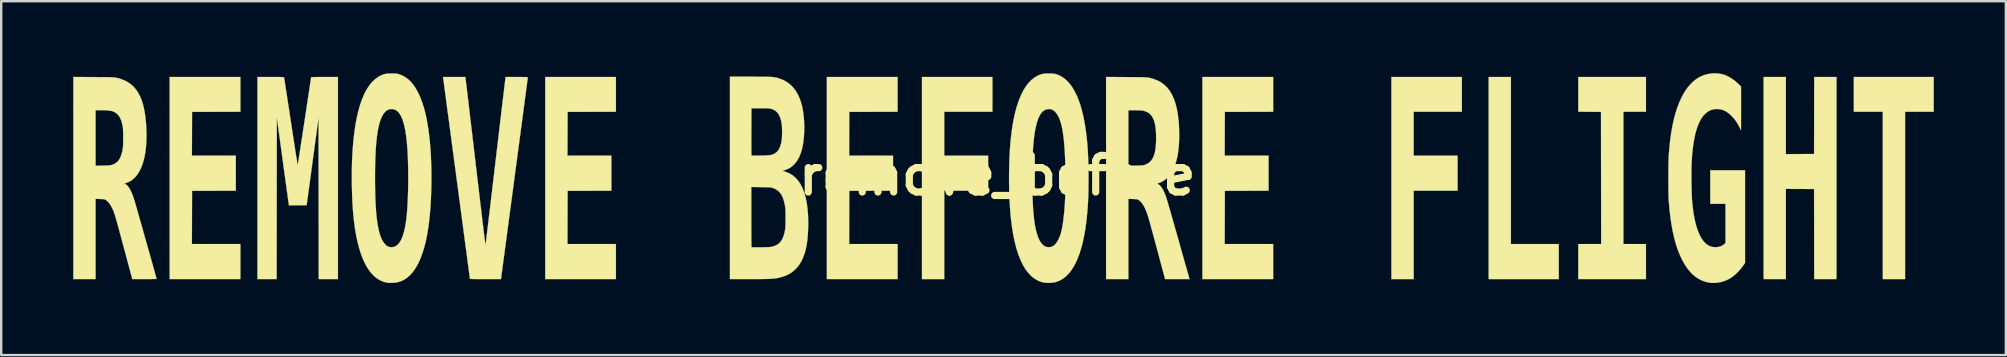
<source format=kicad_pcb>
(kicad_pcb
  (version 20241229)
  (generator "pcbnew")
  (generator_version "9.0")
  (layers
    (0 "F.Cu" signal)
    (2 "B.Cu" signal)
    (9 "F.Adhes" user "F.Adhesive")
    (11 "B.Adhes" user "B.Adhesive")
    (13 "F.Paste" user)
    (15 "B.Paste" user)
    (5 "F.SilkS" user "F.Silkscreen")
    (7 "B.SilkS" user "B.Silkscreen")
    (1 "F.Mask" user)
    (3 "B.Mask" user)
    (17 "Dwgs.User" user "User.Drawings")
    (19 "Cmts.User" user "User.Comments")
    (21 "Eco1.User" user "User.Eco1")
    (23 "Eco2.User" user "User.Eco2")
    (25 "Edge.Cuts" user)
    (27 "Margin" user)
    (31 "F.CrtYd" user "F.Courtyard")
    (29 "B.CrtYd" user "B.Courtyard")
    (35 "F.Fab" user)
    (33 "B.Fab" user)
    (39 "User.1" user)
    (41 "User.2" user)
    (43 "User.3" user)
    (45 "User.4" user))
  (footprint "remove_before"
    (layer "F.Cu")
    (at 38.499 4.26)
    (property "Reference" "remove_before" (at 0 0 0) (layer "F.SilkS") (effects (font (size 1.524 1.524) (thickness 0.3))))
    (attr through_hole)
    (fp_poly (pts (xy 21.399 2.857) (xy 23.393 2.857) (xy 23.393 4.318) (xy 20.472 4.318) (xy 20.472 -4.102) (xy 21.399 -4.102) (xy 21.399 2.857)) (stroke (width 0.01) (type solid)) (fill yes) (layer "F.SilkS"))
    (fp_poly (pts (xy 39.014 -2.654) (xy 37.821 -2.654) (xy 37.821 4.318) (xy 36.894 4.318) (xy 36.894 -2.654) (xy 35.687 -2.654) (xy 35.687 -4.102) (xy 39.014 -4.102) (xy 39.014 -2.654)) (stroke (width 0.01) (type solid)) (fill yes) (layer "F.SilkS"))
    (fp_poly (pts (xy -0.203 -2.654) (xy -2.21 -2.654) (xy -2.21 -0.826) (xy -0.381 -0.826) (xy -0.381 0.635) (xy -2.21 0.635) (xy -2.21 4.318) (xy -3.137 4.318) (xy -3.137 -4.102) (xy -0.203 -4.102) (xy -0.203 -2.654)) (stroke (width 0.01) (type solid)) (fill yes) (layer "F.SilkS"))
    (fp_poly (pts (xy 19.355 -2.654) (xy 17.348 -2.654) (xy 17.348 -0.826) (xy 19.177 -0.826) (xy 19.177 0.635) (xy 17.348 0.635) (xy 17.348 4.318) (xy 16.421 4.318) (xy 16.421 -4.102) (xy 19.355 -4.102) (xy 19.355 -2.654)) (stroke (width 0.01) (type solid)) (fill yes) (layer "F.SilkS"))
    (fp_poly (pts (xy 27.026 -2.654) (xy 26.086 -2.654) (xy 26.086 2.857) (xy 27.026 2.857) (xy 27.026 4.318) (xy 24.206 4.318) (xy 24.206 2.857) (xy 25.159 2.857) (xy 25.156 0.105) (xy 25.152 -2.648) (xy 24.206 -2.655) (xy 24.206 -4.102) (xy 27.026 -4.102) (xy 27.026 -2.654)) (stroke (width 0.01) (type solid)) (fill yes) (layer "F.SilkS"))
    (fp_poly (pts (xy -31.534 -2.654) (xy -32.541 -2.651) (xy -33.547 -2.648) (xy -33.55 -1.737) (xy -33.554 -0.826) (xy -31.725 -0.826) (xy -31.725 0.635) (xy -32.636 0.638) (xy -33.547 0.641) (xy -33.554 2.857) (xy -31.534 2.857) (xy -31.534 4.318) (xy -34.48 4.318) (xy -34.48 -4.102) (xy -31.534 -4.102) (xy -31.534 -2.654)) (stroke (width 0.01) (type solid)) (fill yes) (layer "F.SilkS"))
    (fp_poly (pts (xy -15.888 -2.654) (xy -16.894 -2.651) (xy -17.901 -2.648) (xy -17.904 -1.737) (xy -17.907 -0.826) (xy -16.078 -0.826) (xy -16.078 0.635) (xy -16.989 0.638) (xy -17.901 0.641) (xy -17.907 2.857) (xy -15.888 2.857) (xy -15.888 4.318) (xy -18.834 4.318) (xy -18.834 -4.102) (xy -15.888 -4.102) (xy -15.888 -2.654)) (stroke (width 0.01) (type solid)) (fill yes) (layer "F.SilkS"))
    (fp_poly (pts (xy -4.153 -2.654) (xy -5.159 -2.651) (xy -6.166 -2.648) (xy -6.169 -1.737) (xy -6.172 -0.826) (xy -4.343 -0.826) (xy -4.343 0.635) (xy -5.255 0.638) (xy -6.166 0.641) (xy -6.172 2.857) (xy -4.153 2.857) (xy -4.153 4.318) (xy -7.099 4.318) (xy -7.099 -4.102) (xy -4.153 -4.102) (xy -4.153 -2.654)) (stroke (width 0.01) (type solid)) (fill yes) (layer "F.SilkS"))
    (fp_poly (pts (xy 11.493 -2.654) (xy 10.487 -2.651) (xy 9.481 -2.648) (xy 9.477 -1.737) (xy 9.474 -0.826) (xy 11.303 -0.826) (xy 11.303 0.635) (xy 10.392 0.638) (xy 9.481 0.641) (xy 9.474 2.857) (xy 11.493 2.857) (xy 11.493 4.318) (xy 8.547 4.318) (xy 8.547 -4.102) (xy 11.493 -4.102) (xy 11.493 -2.654)) (stroke (width 0.01) (type solid)) (fill yes) (layer "F.SilkS"))
    (fp_poly (pts (xy 34.963 -4.102) (xy 34.963 4.318) (xy 34.036 4.318) (xy 34.033 2.442) (xy 34.03 0.565) (xy 32.855 0.559) (xy 32.855 4.318) (xy 31.928 4.318) (xy 31.928 -4.102) (xy 32.855 -4.102) (xy 32.855 -0.889) (xy 33.442 -0.892) (xy 34.03 -0.895) (xy 34.033 -2.499) (xy 34.036 -4.102) (xy 34.5 -4.102) (xy 34.963 -4.102)) (stroke (width 0.01) (type solid)) (fill yes) (layer "F.SilkS"))
    (fp_poly (pts (xy -30.138 -4.102) (xy -30.028 -4.102) (xy -29.939 -4.101) (xy -29.869 -4.101) (xy -29.815 -4.099) (xy -29.776 -4.097) (xy -29.748 -4.095) (xy -29.73 -4.092) (xy -29.72 -4.088) (xy -29.715 -4.083) (xy -29.713 -4.08) (xy -29.711 -4.065) (xy -29.705 -4.026) (xy -29.695 -3.965) (xy -29.682 -3.884) (xy -29.667 -3.782) (xy -29.648 -3.663) (xy -29.627 -3.527) (xy -29.604 -3.376) (xy -29.579 -3.212) (xy -29.552 -3.035) (xy -29.523 -2.847) (xy -29.493 -2.649) (xy -29.462 -2.444) (xy -29.43 -2.239) (xy -29.398 -2.027) (xy -29.367 -1.823) (xy -29.337 -1.627) (xy -29.308 -1.441) (xy -29.281 -1.266) (xy -29.256 -1.104) (xy -29.233 -0.956) (xy -29.212 -0.823) (xy -29.193 -0.708) (xy -29.177 -0.61) (xy -29.164 -0.532) (xy -29.155 -0.475) (xy -29.148 -0.44) (xy -29.146 -0.429) (xy -29.143 -0.442) (xy -29.137 -0.478) (xy -29.128 -0.537) (xy -29.115 -0.615) (xy -29.1 -0.711) (xy -29.083 -0.824) (xy -29.063 -0.952) (xy -29.041 -1.094) (xy -29.018 -1.246) (xy -28.993 -1.409) (xy -28.966 -1.579) (xy -28.939 -1.756) (xy -28.912 -1.938) (xy -28.883 -2.122) (xy -28.855 -2.308) (xy -28.827 -2.494) (xy -28.799 -2.677) (xy -28.772 -2.856) (xy -28.745 -3.03) (xy -28.72 -3.197) (xy -28.696 -3.355) (xy -28.674 -3.502) (xy -28.654 -3.636) (xy -28.636 -3.757) (xy -28.62 -3.862) (xy -28.607 -3.949) (xy -28.597 -4.017) (xy -28.591 -4.065) (xy -28.588 -4.089) (xy -28.587 -4.093) (xy -28.575 -4.095) (xy -28.54 -4.096) (xy -28.485 -4.098) (xy -28.412 -4.099) (xy -28.324 -4.101) (xy -28.223 -4.102) (xy -28.112 -4.102) (xy -28.029 -4.102) (xy -27.47 -4.102) (xy -27.47 4.318) (xy -28.27 4.318) (xy -28.273 0.951) (xy -28.277 -2.415) (xy -28.525 -0.589) (xy -28.773 1.238) (xy -29.511 1.245) (xy -29.518 1.204) (xy -29.52 1.186) (xy -29.526 1.145) (xy -29.535 1.082) (xy -29.546 0.998) (xy -29.561 0.895) (xy -29.577 0.773) (xy -29.596 0.636) (xy -29.617 0.483) (xy -29.64 0.317) (xy -29.665 0.138) (xy -29.691 -0.05) (xy -29.718 -0.248) (xy -29.746 -0.454) (xy -29.77 -0.63) (xy -30.016 -2.421) (xy -30.02 0.948) (xy -30.023 4.318) (xy -30.823 4.318) (xy -30.823 -4.102) (xy -30.271 -4.102) (xy -30.138 -4.102)) (stroke (width 0.01) (type solid)) (fill yes) (layer "F.SilkS"))
    (fp_poly (pts (xy 30.107 -4.239) (xy 30.264 -4.202) (xy 30.29 -4.193) (xy 30.442 -4.128) (xy 30.595 -4.04) (xy 30.745 -3.93) (xy 30.871 -3.818) (xy 30.988 -3.705) (xy 30.987 -1.886) (xy 30.914 -2.027) (xy 30.854 -2.136) (xy 30.8 -2.227) (xy 30.744 -2.307) (xy 30.685 -2.381) (xy 30.616 -2.456) (xy 30.583 -2.49) (xy 30.477 -2.586) (xy 30.375 -2.66) (xy 30.273 -2.713) (xy 30.166 -2.747) (xy 30.051 -2.765) (xy 29.966 -2.768) (xy 29.836 -2.756) (xy 29.715 -2.72) (xy 29.601 -2.66) (xy 29.496 -2.576) (xy 29.4 -2.469) (xy 29.312 -2.339) (xy 29.233 -2.186) (xy 29.163 -2.009) (xy 29.102 -1.81) (xy 29.049 -1.588) (xy 29.007 -1.351) (xy 28.984 -1.183) (xy 28.964 -1.015) (xy 28.948 -0.843) (xy 28.936 -0.664) (xy 28.927 -0.474) (xy 28.922 -0.27) (xy 28.92 -0.049) (xy 28.921 0.193) (xy 28.922 0.298) (xy 28.924 0.476) (xy 28.928 0.632) (xy 28.932 0.771) (xy 28.938 0.896) (xy 28.944 1.011) (xy 28.953 1.12) (xy 28.963 1.227) (xy 28.976 1.336) (xy 28.991 1.451) (xy 28.995 1.478) (xy 29.035 1.731) (xy 29.084 1.962) (xy 29.141 2.169) (xy 29.206 2.354) (xy 29.279 2.516) (xy 29.36 2.654) (xy 29.448 2.768) (xy 29.544 2.86) (xy 29.648 2.927) (xy 29.759 2.97) (xy 29.827 2.984) (xy 29.942 2.99) (xy 30.052 2.977) (xy 30.154 2.946) (xy 30.243 2.898) (xy 30.287 2.861) (xy 30.34 2.811) (xy 30.34 1.181) (xy 29.705 1.181) (xy 29.705 -0.216) (xy 31.153 -0.216) (xy 31.153 3.646) (xy 31.101 3.722) (xy 31.009 3.847) (xy 30.904 3.969) (xy 30.791 4.083) (xy 30.677 4.184) (xy 30.583 4.254) (xy 30.435 4.339) (xy 30.275 4.406) (xy 30.108 4.451) (xy 29.937 4.475) (xy 29.768 4.475) (xy 29.705 4.47) (xy 29.529 4.436) (xy 29.362 4.379) (xy 29.204 4.298) (xy 29.055 4.194) (xy 28.914 4.066) (xy 28.783 3.915) (xy 28.66 3.739) (xy 28.545 3.54) (xy 28.439 3.317) (xy 28.361 3.122) (xy 28.283 2.891) (xy 28.212 2.641) (xy 28.15 2.371) (xy 28.095 2.08) (xy 28.048 1.767) (xy 28.009 1.431) (xy 27.977 1.072) (xy 27.975 1.048) (xy 27.971 0.979) (xy 27.968 0.888) (xy 27.965 0.778) (xy 27.963 0.653) (xy 27.961 0.515) (xy 27.96 0.369) (xy 27.959 0.217) (xy 27.959 0.063) (xy 27.96 -0.091) (xy 27.961 -0.24) (xy 27.962 -0.381) (xy 27.964 -0.512) (xy 27.967 -0.629) (xy 27.97 -0.728) (xy 27.974 -0.806) (xy 27.975 -0.832) (xy 28.001 -1.136) (xy 28.03 -1.417) (xy 28.064 -1.678) (xy 28.102 -1.922) (xy 28.146 -2.151) (xy 28.196 -2.368) (xy 28.252 -2.576) (xy 28.314 -2.775) (xy 28.406 -3.022) (xy 28.507 -3.248) (xy 28.618 -3.452) (xy 28.739 -3.633) (xy 28.869 -3.792) (xy 29.008 -3.927) (xy 29.156 -4.039) (xy 29.286 -4.115) (xy 29.441 -4.18) (xy 29.605 -4.226) (xy 29.773 -4.251) (xy 29.942 -4.255) (xy 30.107 -4.239)) (stroke (width 0.01) (type solid)) (fill yes) (layer "F.SilkS"))
    (fp_poly (pts (xy 5.375 -4.098) (xy 5.547 -4.097) (xy 5.695 -4.096) (xy 5.822 -4.095) (xy 5.93 -4.094) (xy 6.022 -4.092) (xy 6.099 -4.09) (xy 6.164 -4.087) (xy 6.219 -4.083) (xy 6.266 -4.078) (xy 6.307 -4.072) (xy 6.345 -4.065) (xy 6.382 -4.057) (xy 6.42 -4.047) (xy 6.461 -4.035) (xy 6.492 -4.025) (xy 6.66 -3.964) (xy 6.813 -3.884) (xy 6.951 -3.784) (xy 7.075 -3.665) (xy 7.184 -3.525) (xy 7.279 -3.366) (xy 7.361 -3.185) (xy 7.429 -2.983) (xy 7.484 -2.76) (xy 7.486 -2.752) (xy 7.521 -2.549) (xy 7.549 -2.33) (xy 7.568 -2.1) (xy 7.578 -1.864) (xy 7.58 -1.629) (xy 7.573 -1.397) (xy 7.558 -1.175) (xy 7.534 -0.967) (xy 7.505 -0.796) (xy 7.454 -0.585) (xy 7.391 -0.394) (xy 7.315 -0.224) (xy 7.226 -0.075) (xy 7.126 0.053) (xy 7.015 0.159) (xy 6.892 0.243) (xy 6.782 0.295) (xy 6.737 0.312) (xy 6.701 0.326) (xy 6.68 0.333) (xy 6.674 0.341) (xy 6.691 0.354) (xy 6.701 0.359) (xy 6.766 0.405) (xy 6.829 0.475) (xy 6.89 0.569) (xy 6.95 0.688) (xy 7.008 0.831) (xy 7.047 0.943) (xy 7.059 0.98) (xy 7.076 1.039) (xy 7.1 1.12) (xy 7.129 1.22) (xy 7.164 1.338) (xy 7.202 1.471) (xy 7.245 1.619) (xy 7.29 1.779) (xy 7.339 1.95) (xy 7.391 2.131) (xy 7.444 2.318) (xy 7.499 2.512) (xy 7.55 2.693) (xy 7.605 2.887) (xy 7.657 3.074) (xy 7.708 3.253) (xy 7.756 3.423) (xy 7.801 3.582) (xy 7.843 3.729) (xy 7.88 3.861) (xy 7.914 3.979) (xy 7.942 4.079) (xy 7.966 4.161) (xy 7.983 4.224) (xy 7.995 4.265) (xy 8.001 4.283) (xy 8.001 4.283) (xy 8.012 4.318) (xy 6.991 4.318) (xy 6.662 3.089) (xy 6.615 2.913) (xy 6.569 2.74) (xy 6.524 2.574) (xy 6.48 2.414) (xy 6.439 2.265) (xy 6.402 2.127) (xy 6.367 2.003) (xy 6.337 1.895) (xy 6.311 1.804) (xy 6.291 1.733) (xy 6.276 1.684) (xy 6.272 1.67) (xy 6.219 1.521) (xy 6.163 1.388) (xy 6.105 1.272) (xy 6.045 1.177) (xy 5.999 1.119) (xy 5.954 1.072) (xy 5.914 1.037) (xy 5.874 1.013) (xy 5.828 0.997) (xy 5.77 0.987) (xy 5.696 0.982) (xy 5.642 0.98) (xy 5.461 0.975) (xy 5.461 4.318) (xy 4.534 4.318) (xy 4.534 -0.404) (xy 5.461 -0.404) (xy 5.763 -0.409) (xy 5.862 -0.411) (xy 5.94 -0.414) (xy 6 -0.417) (xy 6.047 -0.421) (xy 6.084 -0.426) (xy 6.114 -0.432) (xy 6.143 -0.441) (xy 6.242 -0.482) (xy 6.328 -0.537) (xy 6.401 -0.608) (xy 6.464 -0.694) (xy 6.514 -0.798) (xy 6.555 -0.92) (xy 6.585 -1.063) (xy 6.605 -1.226) (xy 6.616 -1.41) (xy 6.618 -1.562) (xy 6.614 -1.766) (xy 6.601 -1.946) (xy 6.578 -2.105) (xy 6.545 -2.243) (xy 6.501 -2.361) (xy 6.446 -2.461) (xy 6.38 -2.543) (xy 6.302 -2.608) (xy 6.211 -2.657) (xy 6.107 -2.692) (xy 6.077 -2.699) (xy 6.025 -2.707) (xy 5.955 -2.712) (xy 5.865 -2.716) (xy 5.753 -2.718) (xy 5.725 -2.718) (xy 5.461 -2.718) (xy 5.461 -0.404) (xy 4.534 -0.404) (xy 4.534 -4.104) (xy 5.375 -4.098)) (stroke (width 0.01) (type solid)) (fill yes) (layer "F.SilkS"))
    (fp_poly (pts (xy -25.153 -4.248) (xy -25.091 -4.246) (xy -25.043 -4.243) (xy -25.003 -4.237) (xy -24.966 -4.229) (xy -24.931 -4.218) (xy -24.784 -4.162) (xy -24.651 -4.087) (xy -24.526 -3.991) (xy -24.425 -3.893) (xy -24.319 -3.764) (xy -24.218 -3.612) (xy -24.123 -3.438) (xy -24.034 -3.243) (xy -23.954 -3.029) (xy -23.881 -2.797) (xy -23.851 -2.686) (xy -23.79 -2.428) (xy -23.737 -2.147) (xy -23.691 -1.845) (xy -23.653 -1.524) (xy -23.622 -1.186) (xy -23.599 -0.833) (xy -23.583 -0.466) (xy -23.576 -0.087) (xy -23.576 0.301) (xy -23.585 0.698) (xy -23.597 1.016) (xy -23.621 1.402) (xy -23.654 1.766) (xy -23.696 2.108) (xy -23.747 2.427) (xy -23.806 2.724) (xy -23.875 2.998) (xy -23.953 3.249) (xy -24.04 3.478) (xy -24.135 3.683) (xy -24.239 3.865) (xy -24.352 4.024) (xy -24.474 4.16) (xy -24.604 4.272) (xy -24.742 4.36) (xy -24.828 4.4) (xy -24.938 4.437) (xy -25.063 4.463) (xy -25.193 4.476) (xy -25.321 4.476) (xy -25.392 4.469) (xy -25.547 4.436) (xy -25.694 4.378) (xy -25.834 4.296) (xy -25.965 4.191) (xy -26.087 4.062) (xy -26.202 3.91) (xy -26.308 3.735) (xy -26.405 3.537) (xy -26.494 3.317) (xy -26.573 3.073) (xy -26.645 2.808) (xy -26.707 2.52) (xy -26.76 2.21) (xy -26.804 1.878) (xy -26.834 1.581) (xy -26.853 1.332) (xy -26.869 1.063) (xy -26.88 0.78) (xy -26.888 0.487) (xy -26.891 0.19) (xy -26.891 0.108) (xy -25.925 0.108) (xy -25.923 0.437) (xy -25.918 0.742) (xy -25.909 1.023) (xy -25.896 1.282) (xy -25.879 1.52) (xy -25.859 1.737) (xy -25.834 1.934) (xy -25.805 2.112) (xy -25.772 2.272) (xy -25.735 2.415) (xy -25.693 2.543) (xy -25.646 2.654) (xy -25.625 2.697) (xy -25.581 2.77) (xy -25.529 2.839) (xy -25.474 2.898) (xy -25.421 2.941) (xy -25.402 2.952) (xy -25.317 2.982) (xy -25.226 2.99) (xy -25.135 2.975) (xy -25.082 2.955) (xy -25.004 2.905) (xy -24.931 2.831) (xy -24.865 2.733) (xy -24.805 2.611) (xy -24.751 2.467) (xy -24.705 2.301) (xy -24.665 2.113) (xy -24.658 2.07) (xy -24.639 1.952) (xy -24.622 1.834) (xy -24.608 1.713) (xy -24.595 1.586) (xy -24.584 1.45) (xy -24.574 1.302) (xy -24.566 1.139) (xy -24.558 0.959) (xy -24.551 0.757) (xy -24.547 0.638) (xy -24.543 0.439) (xy -24.541 0.227) (xy -24.541 0.007) (xy -24.543 -0.217) (xy -24.547 -0.438) (xy -24.553 -0.652) (xy -24.561 -0.853) (xy -24.57 -1.036) (xy -24.575 -1.111) (xy -24.597 -1.378) (xy -24.624 -1.621) (xy -24.657 -1.839) (xy -24.695 -2.033) (xy -24.739 -2.204) (xy -24.788 -2.351) (xy -24.844 -2.476) (xy -24.905 -2.578) (xy -24.973 -2.658) (xy -25.048 -2.716) (xy -25.128 -2.753) (xy -25.216 -2.768) (xy -25.238 -2.768) (xy -25.328 -2.758) (xy -25.41 -2.726) (xy -25.484 -2.671) (xy -25.553 -2.593) (xy -25.571 -2.568) (xy -25.625 -2.476) (xy -25.675 -2.368) (xy -25.72 -2.242) (xy -25.76 -2.1) (xy -25.796 -1.938) (xy -25.827 -1.757) (xy -25.853 -1.557) (xy -25.876 -1.335) (xy -25.894 -1.092) (xy -25.907 -0.827) (xy -25.917 -0.539) (xy -25.923 -0.228) (xy -25.925 0.108) (xy -26.891 0.108) (xy -26.891 -0.105) (xy -26.887 -0.394) (xy -26.879 -0.671) (xy -26.866 -0.931) (xy -26.86 -1.029) (xy -26.83 -1.409) (xy -26.79 -1.765) (xy -26.742 -2.098) (xy -26.685 -2.406) (xy -26.619 -2.691) (xy -26.544 -2.952) (xy -26.46 -3.19) (xy -26.368 -3.403) (xy -26.267 -3.593) (xy -26.156 -3.759) (xy -26.038 -3.902) (xy -25.91 -4.021) (xy -25.773 -4.116) (xy -25.711 -4.15) (xy -25.635 -4.186) (xy -25.565 -4.212) (xy -25.496 -4.23) (xy -25.421 -4.241) (xy -25.332 -4.247) (xy -25.235 -4.248) (xy -25.153 -4.248)) (stroke (width 0.01) (type solid)) (fill yes) (layer "F.SilkS"))
    (fp_poly (pts (xy 2.252 -4.246) (xy 2.339 -4.24) (xy 2.414 -4.229) (xy 2.483 -4.21) (xy 2.552 -4.183) (xy 2.622 -4.15) (xy 2.761 -4.066) (xy 2.892 -3.958) (xy 3.014 -3.826) (xy 3.128 -3.67) (xy 3.233 -3.491) (xy 3.33 -3.289) (xy 3.418 -3.063) (xy 3.497 -2.814) (xy 3.567 -2.541) (xy 3.606 -2.362) (xy 3.65 -2.125) (xy 3.688 -1.881) (xy 3.72 -1.627) (xy 3.747 -1.362) (xy 3.768 -1.082) (xy 3.784 -0.787) (xy 3.795 -0.472) (xy 3.8 -0.137) (xy 3.802 0.108) (xy 3.801 0.323) (xy 3.799 0.517) (xy 3.796 0.695) (xy 3.792 0.859) (xy 3.785 1.015) (xy 3.777 1.167) (xy 3.767 1.319) (xy 3.755 1.475) (xy 3.752 1.511) (xy 3.717 1.869) (xy 3.672 2.204) (xy 3.618 2.516) (xy 3.556 2.806) (xy 3.484 3.074) (xy 3.404 3.318) (xy 3.315 3.539) (xy 3.217 3.738) (xy 3.111 3.913) (xy 2.996 4.065) (xy 2.873 4.193) (xy 2.741 4.298) (xy 2.601 4.379) (xy 2.452 4.436) (xy 2.417 4.446) (xy 2.336 4.461) (xy 2.241 4.472) (xy 2.143 4.477) (xy 2.051 4.475) (xy 1.996 4.47) (xy 1.846 4.439) (xy 1.706 4.387) (xy 1.574 4.313) (xy 1.446 4.216) (xy 1.392 4.166) (xy 1.271 4.036) (xy 1.159 3.881) (xy 1.055 3.703) (xy 0.96 3.501) (xy 0.873 3.277) (xy 0.795 3.029) (xy 0.726 2.759) (xy 0.665 2.467) (xy 0.614 2.153) (xy 0.571 1.816) (xy 0.553 1.632) (xy 0.529 1.327) (xy 0.51 1.002) (xy 0.498 0.664) (xy 0.491 0.316) (xy 0.491 0.108) (xy 1.457 0.108) (xy 1.459 0.436) (xy 1.464 0.74) (xy 1.473 1.021) (xy 1.486 1.279) (xy 1.502 1.516) (xy 1.523 1.733) (xy 1.547 1.93) (xy 1.576 2.108) (xy 1.609 2.269) (xy 1.647 2.413) (xy 1.689 2.541) (xy 1.736 2.655) (xy 1.763 2.711) (xy 1.803 2.776) (xy 1.853 2.841) (xy 1.907 2.897) (xy 1.958 2.939) (xy 1.979 2.952) (xy 2.064 2.982) (xy 2.155 2.99) (xy 2.247 2.975) (xy 2.296 2.958) (xy 2.363 2.917) (xy 2.428 2.853) (xy 2.491 2.77) (xy 2.549 2.669) (xy 2.601 2.553) (xy 2.645 2.426) (xy 2.652 2.4) (xy 2.687 2.257) (xy 2.719 2.09) (xy 2.747 1.902) (xy 2.772 1.694) (xy 2.794 1.468) (xy 2.812 1.226) (xy 2.826 0.97) (xy 2.835 0.701) (xy 2.841 0.422) (xy 2.843 0.134) (xy 2.84 -0.161) (xy 2.84 -0.184) (xy 2.833 -0.493) (xy 2.822 -0.778) (xy 2.809 -1.039) (xy 2.792 -1.278) (xy 2.772 -1.496) (xy 2.748 -1.694) (xy 2.72 -1.872) (xy 2.689 -2.031) (xy 2.653 -2.173) (xy 2.614 -2.299) (xy 2.57 -2.409) (xy 2.521 -2.505) (xy 2.488 -2.558) (xy 2.422 -2.644) (xy 2.352 -2.706) (xy 2.276 -2.746) (xy 2.192 -2.766) (xy 2.146 -2.768) (xy 2.055 -2.757) (xy 1.971 -2.723) (xy 1.894 -2.667) (xy 1.823 -2.587) (xy 1.759 -2.484) (xy 1.702 -2.357) (xy 1.651 -2.207) (xy 1.607 -2.032) (xy 1.568 -1.833) (xy 1.55 -1.721) (xy 1.529 -1.561) (xy 1.511 -1.395) (xy 1.496 -1.219) (xy 1.483 -1.032) (xy 1.473 -0.83) (xy 1.466 -0.612) (xy 1.461 -0.375) (xy 1.458 -0.117) (xy 1.457 0.108) (xy 0.491 0.108) (xy 0.491 -0.035) (xy 0.496 -0.385) (xy 0.508 -0.728) (xy 0.525 -1.058) (xy 0.547 -1.353) (xy 0.582 -1.697) (xy 0.626 -2.022) (xy 0.679 -2.326) (xy 0.741 -2.608) (xy 0.813 -2.87) (xy 0.892 -3.11) (xy 0.981 -3.328) (xy 1.077 -3.523) (xy 1.182 -3.697) (xy 1.295 -3.847) (xy 1.417 -3.973) (xy 1.546 -4.077) (xy 1.664 -4.147) (xy 1.742 -4.184) (xy 1.812 -4.21) (xy 1.88 -4.229) (xy 1.955 -4.241) (xy 2.041 -4.246) (xy 2.146 -4.248) (xy 2.146 -4.248) (xy 2.252 -4.246)) (stroke (width 0.01) (type solid)) (fill yes) (layer "F.SilkS"))
    (fp_poly (pts (xy -37.652 -4.099) (xy -37.485 -4.098) (xy -37.341 -4.097) (xy -37.218 -4.096) (xy -37.114 -4.095) (xy -37.027 -4.093) (xy -36.956 -4.092) (xy -36.897 -4.09) (xy -36.85 -4.088) (xy -36.811 -4.085) (xy -36.779 -4.082) (xy -36.752 -4.079) (xy -36.728 -4.074) (xy -36.705 -4.069) (xy -36.696 -4.067) (xy -36.519 -4.019) (xy -36.364 -3.96) (xy -36.226 -3.889) (xy -36.102 -3.804) (xy -35.993 -3.706) (xy -35.888 -3.587) (xy -35.795 -3.451) (xy -35.713 -3.296) (xy -35.643 -3.123) (xy -35.584 -2.929) (xy -35.536 -2.715) (xy -35.498 -2.48) (xy -35.47 -2.222) (xy -35.459 -2.07) (xy -35.447 -1.777) (xy -35.448 -1.499) (xy -35.463 -1.238) (xy -35.49 -0.994) (xy -35.53 -0.768) (xy -35.582 -0.561) (xy -35.647 -0.373) (xy -35.724 -0.205) (xy -35.813 -0.058) (xy -35.914 0.068) (xy -35.949 0.104) (xy -36.01 0.158) (xy -36.071 0.204) (xy -36.137 0.244) (xy -36.216 0.281) (xy -36.312 0.319) (xy -36.341 0.33) (xy -36.356 0.337) (xy -36.352 0.345) (xy -36.327 0.359) (xy -36.327 0.359) (xy -36.268 0.399) (xy -36.212 0.457) (xy -36.157 0.535) (xy -36.103 0.633) (xy -36.05 0.753) (xy -35.996 0.896) (xy -35.942 1.063) (xy -35.935 1.085) (xy -35.925 1.12) (xy -35.909 1.176) (xy -35.887 1.251) (xy -35.86 1.344) (xy -35.829 1.453) (xy -35.794 1.576) (xy -35.756 1.711) (xy -35.715 1.856) (xy -35.671 2.011) (xy -35.625 2.172) (xy -35.578 2.339) (xy -35.53 2.509) (xy -35.481 2.682) (xy -35.433 2.854) (xy -35.385 3.025) (xy -35.337 3.192) (xy -35.292 3.354) (xy -35.248 3.509) (xy -35.207 3.655) (xy -35.169 3.791) (xy -35.134 3.915) (xy -35.104 4.025) (xy -35.077 4.119) (xy -35.056 4.196) (xy -35.04 4.254) (xy -35.03 4.291) (xy -35.027 4.305) (xy -35.027 4.305) (xy -35.039 4.309) (xy -35.075 4.312) (xy -35.136 4.314) (xy -35.222 4.316) (xy -35.333 4.317) (xy -35.469 4.318) (xy -35.532 4.318) (xy -36.037 4.318) (xy -36.213 3.661) (xy -36.284 3.397) (xy -36.348 3.157) (xy -36.407 2.939) (xy -36.46 2.741) (xy -36.508 2.564) (xy -36.551 2.405) (xy -36.589 2.263) (xy -36.624 2.137) (xy -36.654 2.026) (xy -36.681 1.929) (xy -36.705 1.844) (xy -36.727 1.77) (xy -36.745 1.707) (xy -36.762 1.652) (xy -36.777 1.605) (xy -36.791 1.564) (xy -36.804 1.528) (xy -36.816 1.496) (xy -36.828 1.467) (xy -36.839 1.44) (xy -36.851 1.413) (xy -36.864 1.385) (xy -36.868 1.377) (xy -36.928 1.261) (xy -36.993 1.163) (xy -37.061 1.084) (xy -37.13 1.027) (xy -37.154 1.012) (xy -37.178 1.001) (xy -37.206 0.993) (xy -37.243 0.988) (xy -37.293 0.984) (xy -37.362 0.981) (xy -37.386 0.98) (xy -37.567 0.975) (xy -37.567 4.318) (xy -38.494 4.318) (xy -38.494 -0.404) (xy -37.567 -0.404) (xy -37.265 -0.41) (xy -37.161 -0.412) (xy -37.079 -0.415) (xy -37.015 -0.418) (xy -36.966 -0.423) (xy -36.928 -0.429) (xy -36.898 -0.436) (xy -36.894 -0.437) (xy -36.791 -0.478) (xy -36.704 -0.533) (xy -36.629 -0.603) (xy -36.567 -0.691) (xy -36.516 -0.798) (xy -36.474 -0.926) (xy -36.446 -1.043) (xy -36.438 -1.087) (xy -36.431 -1.127) (xy -36.426 -1.169) (xy -36.423 -1.214) (xy -36.42 -1.268) (xy -36.418 -1.334) (xy -36.418 -1.415) (xy -36.417 -1.517) (xy -36.417 -1.568) (xy -36.417 -1.685) (xy -36.418 -1.779) (xy -36.42 -1.856) (xy -36.423 -1.917) (xy -36.426 -1.968) (xy -36.431 -2.011) (xy -36.437 -2.05) (xy -36.44 -2.064) (xy -36.471 -2.198) (xy -36.506 -2.31) (xy -36.548 -2.404) (xy -36.597 -2.482) (xy -36.655 -2.548) (xy -36.66 -2.553) (xy -36.714 -2.599) (xy -36.771 -2.637) (xy -36.833 -2.666) (xy -36.904 -2.687) (xy -36.988 -2.702) (xy -37.088 -2.712) (xy -37.207 -2.717) (xy -37.303 -2.718) (xy -37.567 -2.718) (xy -37.567 -0.404) (xy -38.494 -0.404) (xy -38.494 -4.104) (xy -37.652 -4.099)) (stroke (width 0.01) (type solid)) (fill yes) (layer "F.SilkS"))
    (fp_poly (pts (xy -22.158 -4.074) (xy -22.156 -4.059) (xy -22.151 -4.02) (xy -22.143 -3.957) (xy -22.133 -3.873) (xy -22.12 -3.767) (xy -22.105 -3.642) (xy -22.088 -3.497) (xy -22.069 -3.334) (xy -22.047 -3.155) (xy -22.024 -2.959) (xy -21.999 -2.748) (xy -21.973 -2.524) (xy -21.944 -2.286) (xy -21.915 -2.037) (xy -21.884 -1.777) (xy -21.852 -1.507) (xy -21.819 -1.228) (xy -21.786 -0.941) (xy -21.751 -0.648) (xy -21.741 -0.562) (xy -21.706 -0.268) (xy -21.672 0.02) (xy -21.639 0.3) (xy -21.607 0.572) (xy -21.576 0.834) (xy -21.546 1.085) (xy -21.517 1.324) (xy -21.49 1.55) (xy -21.465 1.763) (xy -21.441 1.961) (xy -21.419 2.143) (xy -21.399 2.309) (xy -21.381 2.456) (xy -21.365 2.585) (xy -21.351 2.694) (xy -21.34 2.782) (xy -21.332 2.848) (xy -21.326 2.891) (xy -21.323 2.91) (xy -21.323 2.911) (xy -21.32 2.898) (xy -21.315 2.861) (xy -21.308 2.8) (xy -21.297 2.717) (xy -21.285 2.613) (xy -21.27 2.489) (xy -21.252 2.346) (xy -21.233 2.185) (xy -21.211 2.007) (xy -21.188 1.812) (xy -21.163 1.603) (xy -21.136 1.38) (xy -21.108 1.144) (xy -21.079 0.895) (xy -21.048 0.636) (xy -21.016 0.367) (xy -20.983 0.089) (xy -20.949 -0.196) (xy -20.915 -0.489) (xy -20.906 -0.565) (xy -20.871 -0.86) (xy -20.837 -1.148) (xy -20.804 -1.428) (xy -20.771 -1.7) (xy -20.74 -1.963) (xy -20.711 -2.215) (xy -20.682 -2.456) (xy -20.655 -2.684) (xy -20.63 -2.898) (xy -20.606 -3.098) (xy -20.584 -3.282) (xy -20.564 -3.449) (xy -20.546 -3.599) (xy -20.531 -3.73) (xy -20.517 -3.841) (xy -20.507 -3.931) (xy -20.498 -3.999) (xy -20.493 -4.044) (xy -20.49 -4.066) (xy -20.49 -4.067) (xy -20.483 -4.102) (xy -20.021 -4.102) (xy -19.891 -4.102) (xy -19.785 -4.101) (xy -19.701 -4.1) (xy -19.638 -4.098) (xy -19.594 -4.095) (xy -19.568 -4.092) (xy -19.558 -4.088) (xy -19.558 -4.087) (xy -19.56 -4.074) (xy -19.565 -4.037) (xy -19.572 -3.977) (xy -19.583 -3.895) (xy -19.597 -3.792) (xy -19.613 -3.67) (xy -19.632 -3.53) (xy -19.653 -3.372) (xy -19.676 -3.198) (xy -19.701 -3.009) (xy -19.728 -2.806) (xy -19.756 -2.591) (xy -19.787 -2.364) (xy -19.818 -2.126) (xy -19.851 -1.879) (xy -19.885 -1.624) (xy -19.92 -1.362) (xy -19.956 -1.094) (xy -19.992 -0.821) (xy -20.029 -0.544) (xy -20.066 -0.265) (xy -20.104 0.016) (xy -20.141 0.297) (xy -20.178 0.577) (xy -20.215 0.855) (xy -20.252 1.13) (xy -20.288 1.401) (xy -20.324 1.667) (xy -20.358 1.926) (xy -20.392 2.177) (xy -20.424 2.42) (xy -20.455 2.653) (xy -20.485 2.874) (xy -20.513 3.084) (xy -20.539 3.28) (xy -20.563 3.462) (xy -20.586 3.629) (xy -20.606 3.778) (xy -20.623 3.91) (xy -20.638 4.023) (xy -20.651 4.116) (xy -20.66 4.188) (xy -20.667 4.237) (xy -20.671 4.263) (xy -20.671 4.264) (xy -20.678 4.318) (xy -21.325 4.318) (xy -21.477 4.318) (xy -21.606 4.317) (xy -21.713 4.317) (xy -21.799 4.315) (xy -21.865 4.314) (xy -21.914 4.312) (xy -21.947 4.309) (xy -21.966 4.306) (xy -21.971 4.303) (xy -21.973 4.29) (xy -21.978 4.252) (xy -21.985 4.192) (xy -21.996 4.11) (xy -22.01 4.008) (xy -22.026 3.885) (xy -22.045 3.745) (xy -22.066 3.587) (xy -22.089 3.413) (xy -22.114 3.224) (xy -22.141 3.021) (xy -22.17 2.806) (xy -22.2 2.579) (xy -22.231 2.341) (xy -22.264 2.094) (xy -22.298 1.839) (xy -22.333 1.577) (xy -22.369 1.309) (xy -22.405 1.036) (xy -22.442 0.759) (xy -22.479 0.48) (xy -22.517 0.199) (xy -22.554 -0.082) (xy -22.591 -0.362) (xy -22.629 -0.64) (xy -22.665 -0.915) (xy -22.701 -1.186) (xy -22.737 -1.452) (xy -22.771 -1.711) (xy -22.805 -1.962) (xy -22.837 -2.205) (xy -22.868 -2.438) (xy -22.898 -2.659) (xy -22.926 -2.869) (xy -22.952 -3.065) (xy -22.976 -3.247) (xy -22.999 -3.413) (xy -23.019 -3.563) (xy -23.036 -3.695) (xy -23.051 -3.808) (xy -23.064 -3.901) (xy -23.074 -3.972) (xy -23.08 -4.022) (xy -23.084 -4.048) (xy -23.084 -4.048) (xy -23.091 -4.102) (xy -22.164 -4.102) (xy -22.158 -4.074)) (stroke (width 0.01) (type solid)) (fill yes) (layer "F.SilkS"))
    (fp_poly (pts (xy -10.29 -4.115) (xy -10.108 -4.115) (xy -9.95 -4.114) (xy -9.812 -4.114) (xy -9.694 -4.112) (xy -9.593 -4.111) (xy -9.506 -4.108) (xy -9.433 -4.105) (xy -9.37 -4.1) (xy -9.316 -4.095) (xy -9.268 -4.088) (xy -9.225 -4.08) (xy -9.185 -4.071) (xy -9.144 -4.06) (xy -9.102 -4.047) (xy -9.093 -4.044) (xy -8.922 -3.978) (xy -8.767 -3.893) (xy -8.626 -3.787) (xy -8.501 -3.662) (xy -8.391 -3.516) (xy -8.296 -3.35) (xy -8.216 -3.164) (xy -8.151 -2.957) (xy -8.123 -2.845) (xy -8.09 -2.664) (xy -8.065 -2.469) (xy -8.049 -2.265) (xy -8.042 -2.055) (xy -8.043 -1.846) (xy -8.054 -1.64) (xy -8.073 -1.444) (xy -8.101 -1.261) (xy -8.138 -1.096) (xy -8.148 -1.057) (xy -8.198 -0.903) (xy -8.253 -0.769) (xy -8.315 -0.653) (xy -8.386 -0.551) (xy -8.469 -0.457) (xy -8.476 -0.45) (xy -8.569 -0.366) (xy -8.662 -0.303) (xy -8.763 -0.254) (xy -8.852 -0.224) (xy -8.897 -0.21) (xy -8.929 -0.197) (xy -8.942 -0.189) (xy -8.941 -0.187) (xy -8.918 -0.18) (xy -8.881 -0.171) (xy -8.858 -0.165) (xy -8.82 -0.153) (xy -8.767 -0.132) (xy -8.708 -0.107) (xy -8.664 -0.086) (xy -8.528 -0.006) (xy -8.406 0.096) (xy -8.295 0.219) (xy -8.198 0.364) (xy -8.113 0.531) (xy -8.041 0.719) (xy -7.982 0.928) (xy -7.936 1.158) (xy -7.903 1.409) (xy -7.883 1.68) (xy -7.876 1.972) (xy -7.878 2.127) (xy -7.886 2.358) (xy -7.9 2.567) (xy -7.921 2.757) (xy -7.949 2.933) (xy -7.985 3.096) (xy -8.029 3.25) (xy -8.039 3.278) (xy -8.103 3.448) (xy -8.175 3.597) (xy -8.257 3.728) (xy -8.351 3.845) (xy -8.369 3.865) (xy -8.485 3.976) (xy -8.609 4.068) (xy -8.745 4.143) (xy -8.896 4.204) (xy -9.065 4.252) (xy -9.096 4.26) (xy -9.149 4.271) (xy -9.201 4.28) (xy -9.256 4.289) (xy -9.315 4.296) (xy -9.381 4.301) (xy -9.455 4.306) (xy -9.541 4.31) (xy -9.639 4.313) (xy -9.752 4.315) (xy -9.883 4.316) (xy -10.033 4.317) (xy -10.205 4.318) (xy -10.341 4.318) (xy -11.138 4.318) (xy -11.138 1.73) (xy -10.249 1.73) (xy -10.249 1.906) (xy -10.249 2.075) (xy -10.248 2.235) (xy -10.247 2.384) (xy -10.247 2.521) (xy -10.246 2.644) (xy -10.245 2.751) (xy -10.244 2.841) (xy -10.243 2.911) (xy -10.241 2.96) (xy -10.24 2.986) (xy -10.239 2.99) (xy -10.225 2.992) (xy -10.188 2.994) (xy -10.132 2.995) (xy -10.06 2.995) (xy -9.976 2.995) (xy -9.882 2.994) (xy -9.842 2.994) (xy -9.73 2.992) (xy -9.639 2.99) (xy -9.566 2.988) (xy -9.509 2.985) (xy -9.464 2.981) (xy -9.426 2.976) (xy -9.394 2.97) (xy -9.363 2.963) (xy -9.356 2.961) (xy -9.247 2.924) (xy -9.153 2.875) (xy -9.073 2.813) (xy -9.006 2.735) (xy -8.95 2.639) (xy -8.904 2.525) (xy -8.866 2.389) (xy -8.837 2.242) (xy -8.831 2.187) (xy -8.826 2.108) (xy -8.823 2.005) (xy -8.821 1.878) (xy -8.82 1.765) (xy -8.821 1.653) (xy -8.822 1.561) (xy -8.823 1.487) (xy -8.826 1.426) (xy -8.829 1.375) (xy -8.834 1.328) (xy -8.841 1.283) (xy -8.848 1.238) (xy -8.884 1.076) (xy -8.929 0.937) (xy -8.984 0.819) (xy -9.05 0.721) (xy -9.129 0.641) (xy -9.221 0.578) (xy -9.328 0.53) (xy -9.382 0.512) (xy -9.409 0.506) (xy -9.442 0.501) (xy -9.486 0.497) (xy -9.543 0.493) (xy -9.615 0.491) (xy -9.707 0.488) (xy -9.819 0.486) (xy -9.852 0.486) (xy -10.249 0.48) (xy -10.249 1.73) (xy -11.138 1.73) (xy -11.138 -1.387) (xy -10.247 -1.387) (xy -10.246 -1.259) (xy -10.246 -1.145) (xy -10.246 -1.046) (xy -10.245 -0.964) (xy -10.244 -0.901) (xy -10.244 -0.859) (xy -10.243 -0.84) (xy -10.242 -0.84) (xy -10.228 -0.835) (xy -10.192 -0.831) (xy -10.138 -0.828) (xy -10.07 -0.827) (xy -9.991 -0.826) (xy -9.905 -0.827) (xy -9.815 -0.828) (xy -9.726 -0.831) (xy -9.641 -0.834) (xy -9.564 -0.839) (xy -9.498 -0.843) (xy -9.447 -0.849) (xy -9.415 -0.855) (xy -9.31 -0.894) (xy -9.221 -0.949) (xy -9.147 -1.02) (xy -9.086 -1.11) (xy -9.038 -1.219) (xy -9.002 -1.349) (xy -8.979 -1.483) (xy -8.973 -1.545) (xy -8.969 -1.625) (xy -8.966 -1.717) (xy -8.965 -1.815) (xy -8.966 -1.912) (xy -8.969 -2.002) (xy -8.973 -2.079) (xy -8.979 -2.134) (xy -9.007 -2.286) (xy -9.045 -2.416) (xy -9.096 -2.525) (xy -9.158 -2.615) (xy -9.234 -2.686) (xy -9.324 -2.741) (xy -9.401 -2.772) (xy -9.426 -2.779) (xy -9.451 -2.785) (xy -9.481 -2.79) (xy -9.517 -2.793) (xy -9.564 -2.796) (xy -9.625 -2.797) (xy -9.703 -2.798) (xy -9.801 -2.799) (xy -9.862 -2.799) (xy -10.243 -2.8) (xy -10.246 -1.829) (xy -10.246 -1.674) (xy -10.247 -1.526) (xy -10.247 -1.387) (xy -11.138 -1.387) (xy -11.138 -4.115) (xy -10.29 -4.115)) (stroke (width 0.01) (type solid)) (fill yes) (layer "F.SilkS")))
  (gr_rect
    (start -3 -3)
    (end 80.518 11.742)
    (stroke (width 0.1) (type default))
    (fill no)
    (layer "Edge.Cuts")))
</source>
